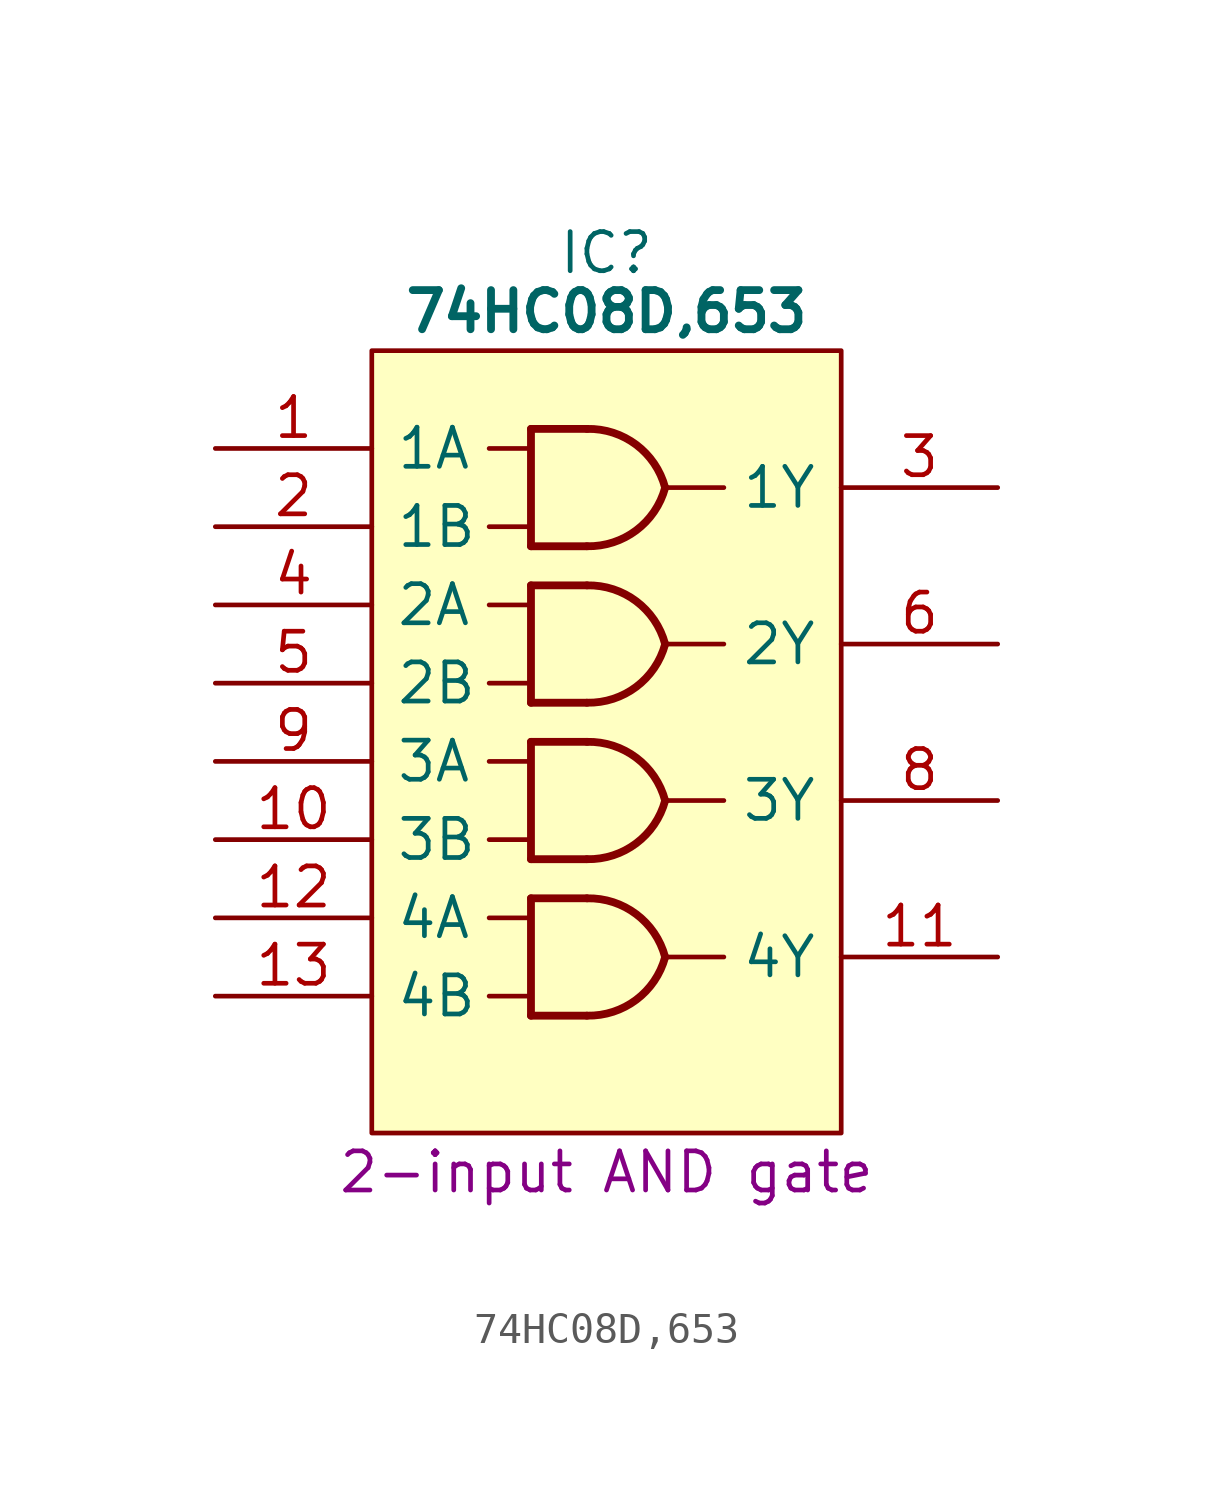
<source format=kicad_sym>
(kicad_symbol_lib
  (version 20231120)
  (generator "kicad_symbol_editor")
  (generator_version "8.0")
  (symbol "74HC08D,653"
    (pin_names
      (offset 0.762))
    (property "Reference" "IC"
      (at 12.7 6.35 0)
      (effects (font (size 1.27 1.27))))
    (property "Value" "74HC08D,653"
      (at 12.7 4.445 0)
      (effects (font (size 1.27 1.27) (bold yes))))
    (property "Description" "2-input AND gate"
      (at 12.7 -23.495 0)
      (effects (font (size 1.27 1.27))))
    (symbol "74HC08D,653_0_0"
      (pin input line (at 0 0 0) (length 5.08) (name "1A" (effects (font (size 1.27 1.27)))) (number "1" (effects (font (size 1.27 1.27)))))
      (pin input line (at 0 -12.7 0) (length 5.08) (name "3B" (effects (font (size 1.27 1.27)))) (number "10" (effects (font (size 1.27 1.27)))))
      (pin output line (at 25.4 -16.51 180) (length 5.08) (name "4Y" (effects (font (size 1.27 1.27)))) (number "11" (effects (font (size 1.27 1.27)))))
      (pin input line (at 0 -15.24 0) (length 5.08) (name "4A" (effects (font (size 1.27 1.27)))) (number "12" (effects (font (size 1.27 1.27)))))
      (pin input line (at 0 -17.78 0) (length 5.08) (name "4B" (effects (font (size 1.27 1.27)))) (number "13" (effects (font (size 1.27 1.27)))))
      (pin passive line (at 25.4 1.27 180) (length 5.08) hide (name "VCC" (effects (font (size 1.27 1.27)))) (number "14" (effects (font (size 1.27 1.27)))))
      (pin input line (at 0 -2.54 0) (length 5.08) (name "1B" (effects (font (size 1.27 1.27)))) (number "2" (effects (font (size 1.27 1.27)))))
      (pin output line (at 25.4 -1.27 180) (length 5.08) (name "1Y" (effects (font (size 1.27 1.27)))) (number "3" (effects (font (size 1.27 1.27)))))
      (pin input line (at 0 -5.08 0) (length 5.08) (name "2A" (effects (font (size 1.27 1.27)))) (number "4" (effects (font (size 1.27 1.27)))))
      (pin input line (at 0 -7.62 0) (length 5.08) (name "2B" (effects (font (size 1.27 1.27)))) (number "5" (effects (font (size 1.27 1.27)))))
      (pin output line (at 25.4 -6.35 180) (length 5.08) (name "2Y" (effects (font (size 1.27 1.27)))) (number "6" (effects (font (size 1.27 1.27)))))
      (pin passive line (at 0 -20.32 0) (length 5.08) hide (name "GND" (effects (font (size 1.27 1.27)))) (number "7" (effects (font (size 1.27 1.27)))))
      (pin output line (at 25.4 -11.43 180) (length 5.08) (name "3Y" (effects (font (size 1.27 1.27)))) (number "8" (effects (font (size 1.27 1.27)))))
      (pin input line (at 0 -10.16 0) (length 5.08) (name "3A" (effects (font (size 1.27 1.27)))) (number "9" (effects (font (size 1.27 1.27))))))
    (symbol "74HC08D,653_0_1"
      (polyline (pts (xy 8.89 -17.78) (xy 10.16 -17.78)) (stroke (width 0) (type default)) (fill (type none)))
      (polyline (pts (xy 8.89 -15.24) (xy 10.16 -15.24)) (stroke (width 0) (type default)) (fill (type none)))
      (polyline (pts (xy 8.89 -12.7) (xy 10.16 -12.7)) (stroke (width 0) (type default)) (fill (type none)))
      (polyline (pts (xy 8.89 -10.16) (xy 10.16 -10.16)) (stroke (width 0) (type default)) (fill (type none)))
      (polyline (pts (xy 8.89 -7.62) (xy 10.16 -7.62)) (stroke (width 0) (type default)) (fill (type none)))
      (polyline (pts (xy 8.89 -5.08) (xy 10.16 -5.08)) (stroke (width 0) (type default)) (fill (type none)))
      (polyline (pts (xy 8.89 -2.54) (xy 10.16 -2.54)) (stroke (width 0) (type default)) (fill (type none)))
      (polyline (pts (xy 8.89 0) (xy 10.16 0)) (stroke (width 0) (type default)) (fill (type none)))
      (polyline (pts (xy 10.248 -14.605) (xy 10.248 -18.415)) (stroke (width 0.254) (type default)) (fill (type background)))
      (polyline (pts (xy 10.248 -9.525) (xy 10.248 -13.335)) (stroke (width 0.254) (type default)) (fill (type background)))
      (polyline (pts (xy 10.248 -4.445) (xy 10.248 -8.255)) (stroke (width 0.254) (type default)) (fill (type background)))
      (polyline (pts (xy 10.248 0.635) (xy 10.248 -3.175)) (stroke (width 0.254) (type default)) (fill (type background)))
      (polyline (pts (xy 12.065 -18.415) (xy 10.248 -18.415)) (stroke (width 0.254) (type default)) (fill (type background)))
      (polyline (pts (xy 12.065 -14.605) (xy 10.248 -14.605)) (stroke (width 0.254) (type default)) (fill (type background)))
      (polyline (pts (xy 12.065 -13.335) (xy 10.248 -13.335)) (stroke (width 0.254) (type default)) (fill (type background)))
      (polyline (pts (xy 12.065 -9.525) (xy 10.248 -9.525)) (stroke (width 0.254) (type default)) (fill (type background)))
      (polyline (pts (xy 12.065 -8.255) (xy 10.248 -8.255)) (stroke (width 0.254) (type default)) (fill (type background)))
      (polyline (pts (xy 12.065 -4.445) (xy 10.248 -4.445)) (stroke (width 0.254) (type default)) (fill (type background)))
      (polyline (pts (xy 12.065 -3.175) (xy 10.248 -3.175)) (stroke (width 0.254) (type default)) (fill (type background)))
      (polyline (pts (xy 12.065 0.635) (xy 10.248 0.635)) (stroke (width 0.254) (type default)) (fill (type background)))
      (polyline (pts (xy 14.605 -16.51) (xy 16.51 -16.51)) (stroke (width 0) (type default)) (fill (type none)))
      (polyline (pts (xy 14.605 -11.43) (xy 16.51 -11.43)) (stroke (width 0) (type default)) (fill (type none)))
      (polyline (pts (xy 14.605 -6.35) (xy 16.51 -6.35)) (stroke (width 0) (type default)) (fill (type none)))
      (polyline (pts (xy 14.605 -1.27) (xy 16.51 -1.27)) (stroke (width 0) (type default)) (fill (type none)))
      (polyline (pts (xy 5.08 3.175) (xy 20.32 3.175) (xy 20.32 -22.225) (xy 5.08 -22.225) (xy 5.08 3.175)) (stroke (width 0.152) (type default)) (fill (type background)))
      (arc (start 12.065 -18.415) (mid 13.6634 -17.9004) (end 14.605 -16.51) (stroke (width 0.254) (type default)) (fill (type none)))
      (arc (start 12.065 -13.335) (mid 13.6634 -12.8204) (end 14.605 -11.43) (stroke (width 0.254) (type default)) (fill (type none)))
      (arc (start 12.065 -8.255) (mid 13.6634 -7.7404) (end 14.605 -6.35) (stroke (width 0.254) (type default)) (fill (type none)))
      (arc (start 12.065 -3.175) (mid 13.6634 -2.6604) (end 14.605 -1.27) (stroke (width 0.254) (type default)) (fill (type none)))
      (arc (start 14.605 -16.51) (mid 13.6646 -15.118) (end 12.065 -14.605) (stroke (width 0.254) (type default)) (fill (type none)))
      (arc (start 14.605 -11.43) (mid 13.6644 -10.0378) (end 12.065 -9.525) (stroke (width 0.254) (type default)) (fill (type none)))
      (arc (start 14.605 -6.35) (mid 13.6646 -4.958) (end 12.065 -4.445) (stroke (width 0.254) (type default)) (fill (type none)))
      (arc (start 14.605 -1.27) (mid 13.6646 0.122) (end 12.065 0.635) (stroke (width 0.254) (type default)) (fill (type none))))))
</source>
